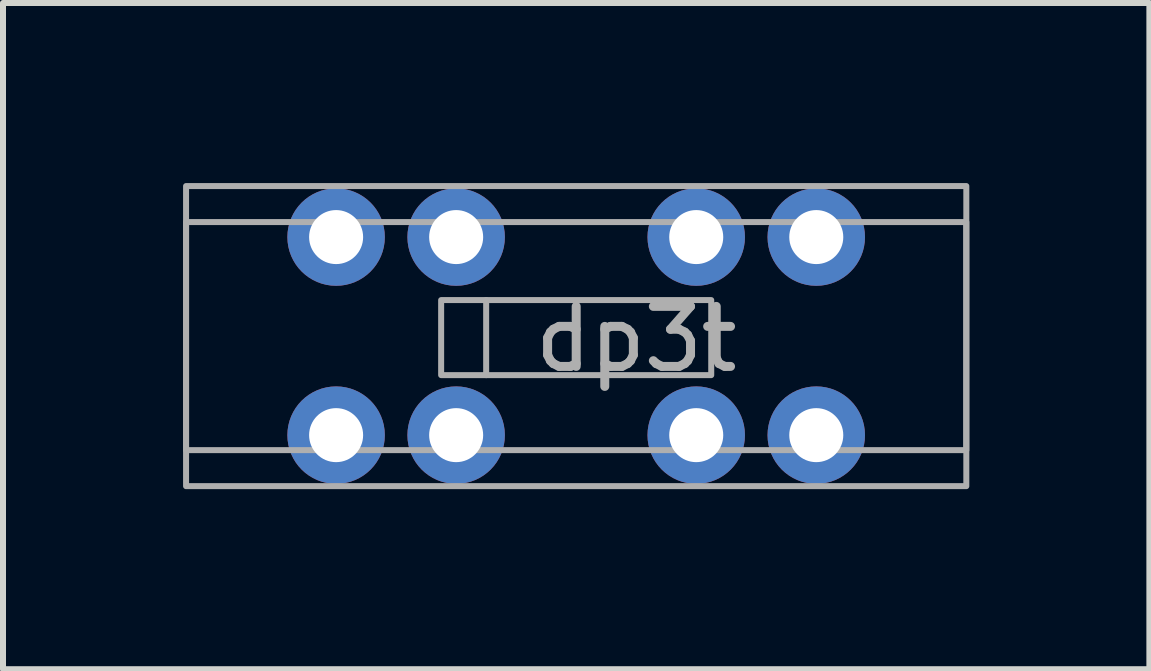
<source format=kicad_pcb>
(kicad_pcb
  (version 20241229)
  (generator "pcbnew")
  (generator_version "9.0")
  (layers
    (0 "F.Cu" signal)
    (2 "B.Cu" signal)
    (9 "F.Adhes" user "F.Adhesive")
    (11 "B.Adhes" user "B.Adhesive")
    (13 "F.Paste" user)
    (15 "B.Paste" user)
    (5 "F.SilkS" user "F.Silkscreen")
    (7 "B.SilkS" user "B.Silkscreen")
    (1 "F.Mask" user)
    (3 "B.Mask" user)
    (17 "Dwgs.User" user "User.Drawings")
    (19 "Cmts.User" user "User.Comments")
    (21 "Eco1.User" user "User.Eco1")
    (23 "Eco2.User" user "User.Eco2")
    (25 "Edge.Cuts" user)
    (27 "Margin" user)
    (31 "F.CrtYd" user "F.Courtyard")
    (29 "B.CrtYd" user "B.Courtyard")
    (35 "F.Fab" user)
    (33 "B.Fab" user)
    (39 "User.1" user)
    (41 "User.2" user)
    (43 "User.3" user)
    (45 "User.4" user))
  (footprint "dp3t"
    (layer "F.Cu")
    (at 6.55 4.45)
    (property "Reference" "dp3t" (at 1 -1.85 0) (unlocked yes) (layer "F.Fab") (effects (font (size 1 1) (thickness 0.15))))
    (attr through_hole)
    (fp_line (start -1.5 -2.5) (end -1.5 -1.25) (stroke (width 0.1) (type solid)) (layer "F.Fab"))
    (fp_rect (start -2.25 -2.5) (end 2.25 -1.25) (stroke (width 0.1) (type solid)) (fill no) (layer "F.Fab"))
    (fp_rect (start 6.5 0) (end -6.5 -3.8) (stroke (width 0.1) (type solid)) (fill no) (layer "F.Fab"))
    (fp_rect (start 6.5 0.6) (end -6.5 -4.4) (stroke (width 0.1) (type solid)) (fill no) (layer "F.Fab"))
    (pad "1" thru_hole circle (at -4 -0.25) (size 1.624 1.624) (drill 0.9) (layers "*.Cu" "*.Mask"))
    (pad "2" thru_hole circle (at -2 -0.25) (size 1.624 1.624) (drill 0.9) (layers "*.Cu" "*.Mask"))
    (pad "3" thru_hole circle (at 2 -0.25) (size 1.624 1.624) (drill 0.9) (layers "*.Cu" "*.Mask"))
    (pad "4" thru_hole circle (at 4 -0.25) (size 1.624 1.624) (drill 0.9) (layers "*.Cu" "*.Mask"))
    (pad "5" thru_hole circle (at -4 -3.55) (size 1.624 1.624) (drill 0.9) (layers "*.Cu" "*.Mask"))
    (pad "6" thru_hole circle (at -2 -3.55) (size 1.624 1.624) (drill 0.9) (layers "*.Cu" "*.Mask"))
    (pad "7" thru_hole circle (at 2 -3.55) (size 1.624 1.624) (drill 0.9) (layers "*.Cu" "*.Mask"))
    (pad "8" thru_hole circle (at 4 -3.55) (size 1.624 1.624) (drill 0.9) (layers "*.Cu" "*.Mask")))
  (gr_rect
    (start -3 -3)
    (end 16.1 8.1)
    (stroke (width 0.1) (type default))
    (fill no)
    (layer "Edge.Cuts")))
</source>
